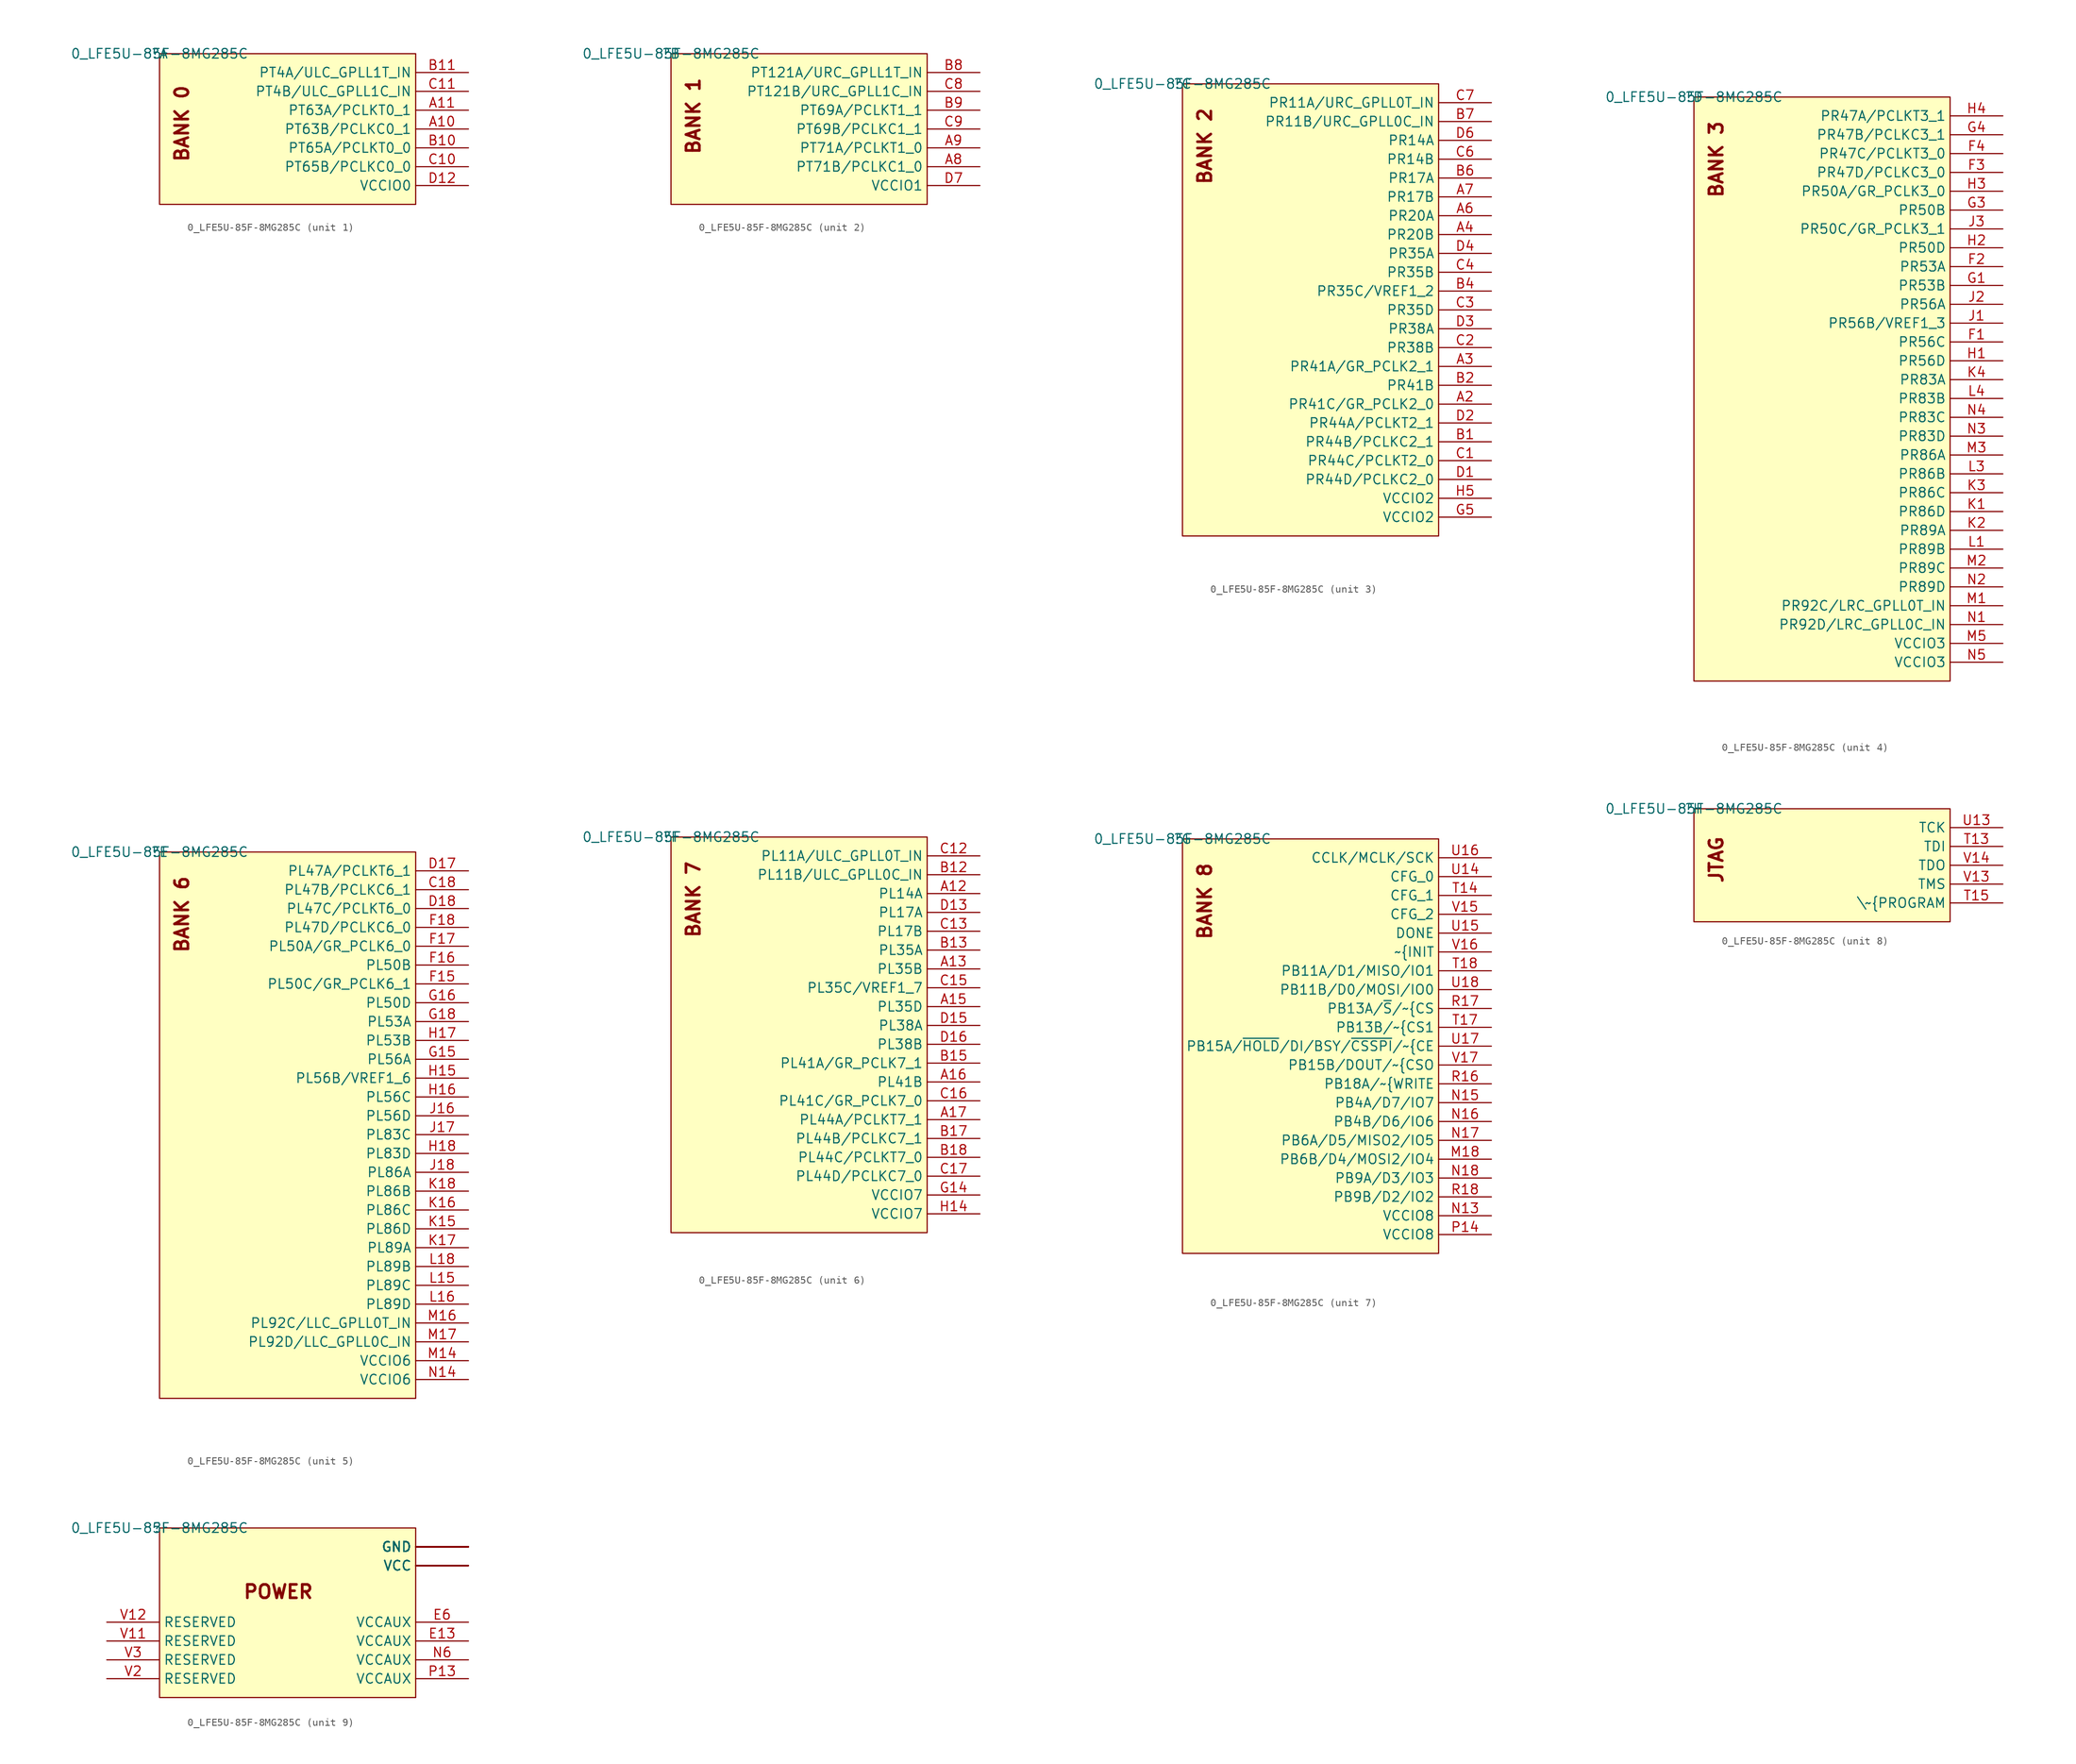
<source format=kicad_sym>
(kicad_symbol_lib
  (version 20210619)
  (generator kicad_symbol_editor)
  (symbol "e-verest-altium-import:0_LFE5U-85F-8MG285C"
    (property "Reference" ""
      (at 0 0 0)
      (effects (font (size 1.27 1.27))))
    (property "Value" "0_LFE5U-85F-8MG285C"
      (at 0 0 0)
      (effects (font (size 1.27 1.27))))
    (symbol "0_LFE5U-85F-8MG285C_1_0"
      (text "BANK 0" (at 4 -14.5 900) (effects (font (size 1.778 1.778) bold) (justify left bottom)))
      (rectangle (start 34 -0.0001) (end 0 -20) (stroke (width 0)) (fill (type background)))
      (pin passive line (at 41 -10 180) (length 7) (name "PT63B/PCLKC0_1" (effects (font (size 1.27 1.27)))) (number "A10" (effects (font (size 1.27 1.27)))))
      (pin passive line (at 41 -7.5 180) (length 7) (name "PT63A/PCLKT0_1" (effects (font (size 1.27 1.27)))) (number "A11" (effects (font (size 1.27 1.27)))))
      (pin passive line (at 41 -12.5 180) (length 7) (name "PT65A/PCLKT0_0" (effects (font (size 1.27 1.27)))) (number "B10" (effects (font (size 1.27 1.27)))))
      (pin passive line (at 41 -2.5 180) (length 7) (name "PT4A/ULC_GPLL1T_IN" (effects (font (size 1.27 1.27)))) (number "B11" (effects (font (size 1.27 1.27)))))
      (pin passive line (at 41 -15 180) (length 7) (name "PT65B/PCLKC0_0" (effects (font (size 1.27 1.27)))) (number "C10" (effects (font (size 1.27 1.27)))))
      (pin passive line (at 41 -5 180) (length 7) (name "PT4B/ULC_GPLL1C_IN" (effects (font (size 1.27 1.27)))) (number "C11" (effects (font (size 1.27 1.27)))))
      (pin power_in line (at 41 -17.5 180) (length 7) (name "VCCIO0" (effects (font (size 1.27 1.27)))) (number "D12" (effects (font (size 1.27 1.27))))))
    (symbol "0_LFE5U-85F-8MG285C_2_0"
      (text "BANK 1" (at 4 -13.5 900) (effects (font (size 1.778 1.778) bold) (justify left bottom)))
      (rectangle (start 34 -0.0001) (end 0 -20) (stroke (width 0)) (fill (type background)))
      (pin passive line (at 41 -15 180) (length 7) (name "PT71B/PCLKC1_0" (effects (font (size 1.27 1.27)))) (number "A8" (effects (font (size 1.27 1.27)))))
      (pin passive line (at 41 -12.5 180) (length 7) (name "PT71A/PCLKT1_0" (effects (font (size 1.27 1.27)))) (number "A9" (effects (font (size 1.27 1.27)))))
      (pin passive line (at 41 -2.5 180) (length 7) (name "PT121A/URC_GPLL1T_IN" (effects (font (size 1.27 1.27)))) (number "B8" (effects (font (size 1.27 1.27)))))
      (pin passive line (at 41 -7.5 180) (length 7) (name "PT69A/PCLKT1_1" (effects (font (size 1.27 1.27)))) (number "B9" (effects (font (size 1.27 1.27)))))
      (pin passive line (at 41 -5 180) (length 7) (name "PT121B/URC_GPLL1C_IN" (effects (font (size 1.27 1.27)))) (number "C8" (effects (font (size 1.27 1.27)))))
      (pin passive line (at 41 -10 180) (length 7) (name "PT69B/PCLKC1_1" (effects (font (size 1.27 1.27)))) (number "C9" (effects (font (size 1.27 1.27)))))
      (pin power_in line (at 41 -17.5 180) (length 7) (name "VCCIO1" (effects (font (size 1.27 1.27)))) (number "D7" (effects (font (size 1.27 1.27))))))
    (symbol "0_LFE5U-85F-8MG285C_3_0"
      (text "BANK 2" (at 4 -13.5 900) (effects (font (size 1.778 1.778) bold) (justify left bottom)))
      (rectangle (start 34 -0.0001) (end 0 -60) (stroke (width 0)) (fill (type background)))
      (pin passive line (at 41 -42.5 180) (length 7) (name "PR41C/GR_PCLK2_0" (effects (font (size 1.27 1.27)))) (number "A2" (effects (font (size 1.27 1.27)))))
      (pin passive line (at 41 -37.5 180) (length 7) (name "PR41A/GR_PCLK2_1" (effects (font (size 1.27 1.27)))) (number "A3" (effects (font (size 1.27 1.27)))))
      (pin passive line (at 41 -20 180) (length 7) (name "PR20B" (effects (font (size 1.27 1.27)))) (number "A4" (effects (font (size 1.27 1.27)))))
      (pin passive line (at 41 -17.5 180) (length 7) (name "PR20A" (effects (font (size 1.27 1.27)))) (number "A6" (effects (font (size 1.27 1.27)))))
      (pin passive line (at 41 -15 180) (length 7) (name "PR17B" (effects (font (size 1.27 1.27)))) (number "A7" (effects (font (size 1.27 1.27)))))
      (pin passive line (at 41 -47.5 180) (length 7) (name "PR44B/PCLKC2_1" (effects (font (size 1.27 1.27)))) (number "B1" (effects (font (size 1.27 1.27)))))
      (pin passive line (at 41 -40 180) (length 7) (name "PR41B" (effects (font (size 1.27 1.27)))) (number "B2" (effects (font (size 1.27 1.27)))))
      (pin passive line (at 41 -27.5 180) (length 7) (name "PR35C/VREF1_2" (effects (font (size 1.27 1.27)))) (number "B4" (effects (font (size 1.27 1.27)))))
      (pin passive line (at 41 -12.5 180) (length 7) (name "PR17A" (effects (font (size 1.27 1.27)))) (number "B6" (effects (font (size 1.27 1.27)))))
      (pin passive line (at 41 -5 180) (length 7) (name "PR11B/URC_GPLL0C_IN" (effects (font (size 1.27 1.27)))) (number "B7" (effects (font (size 1.27 1.27)))))
      (pin passive line (at 41 -50 180) (length 7) (name "PR44C/PCLKT2_0" (effects (font (size 1.27 1.27)))) (number "C1" (effects (font (size 1.27 1.27)))))
      (pin passive line (at 41 -35 180) (length 7) (name "PR38B" (effects (font (size 1.27 1.27)))) (number "C2" (effects (font (size 1.27 1.27)))))
      (pin passive line (at 41 -30 180) (length 7) (name "PR35D" (effects (font (size 1.27 1.27)))) (number "C3" (effects (font (size 1.27 1.27)))))
      (pin passive line (at 41 -25 180) (length 7) (name "PR35B" (effects (font (size 1.27 1.27)))) (number "C4" (effects (font (size 1.27 1.27)))))
      (pin passive line (at 41 -10 180) (length 7) (name "PR14B" (effects (font (size 1.27 1.27)))) (number "C6" (effects (font (size 1.27 1.27)))))
      (pin passive line (at 41 -2.5 180) (length 7) (name "PR11A/URC_GPLL0T_IN" (effects (font (size 1.27 1.27)))) (number "C7" (effects (font (size 1.27 1.27)))))
      (pin passive line (at 41 -52.5 180) (length 7) (name "PR44D/PCLKC2_0" (effects (font (size 1.27 1.27)))) (number "D1" (effects (font (size 1.27 1.27)))))
      (pin passive line (at 41 -45 180) (length 7) (name "PR44A/PCLKT2_1" (effects (font (size 1.27 1.27)))) (number "D2" (effects (font (size 1.27 1.27)))))
      (pin passive line (at 41 -32.5 180) (length 7) (name "PR38A" (effects (font (size 1.27 1.27)))) (number "D3" (effects (font (size 1.27 1.27)))))
      (pin passive line (at 41 -22.5 180) (length 7) (name "PR35A" (effects (font (size 1.27 1.27)))) (number "D4" (effects (font (size 1.27 1.27)))))
      (pin passive line (at 41 -7.5 180) (length 7) (name "PR14A" (effects (font (size 1.27 1.27)))) (number "D6" (effects (font (size 1.27 1.27)))))
      (pin power_in line (at 41 -57.5 180) (length 7) (name "VCCIO2" (effects (font (size 1.27 1.27)))) (number "G5" (effects (font (size 1.27 1.27)))))
      (pin power_in line (at 41 -55 180) (length 7) (name "VCCIO2" (effects (font (size 1.27 1.27)))) (number "H5" (effects (font (size 1.27 1.27))))))
    (symbol "0_LFE5U-85F-8MG285C_4_0"
      (text "BANK 3" (at 4 -13.5 900) (effects (font (size 1.778 1.778) bold) (justify left bottom)))
      (rectangle (start 34 -0.0001) (end 0 -77.5) (stroke (width 0)) (fill (type background)))
      (pin passive line (at 41 -32.5 180) (length 7) (name "PR56C" (effects (font (size 1.27 1.27)))) (number "F1" (effects (font (size 1.27 1.27)))))
      (pin passive line (at 41 -22.5 180) (length 7) (name "PR53A" (effects (font (size 1.27 1.27)))) (number "F2" (effects (font (size 1.27 1.27)))))
      (pin passive line (at 41 -10 180) (length 7) (name "PR47D/PCLKC3_0" (effects (font (size 1.27 1.27)))) (number "F3" (effects (font (size 1.27 1.27)))))
      (pin passive line (at 41 -7.5 180) (length 7) (name "PR47C/PCLKT3_0" (effects (font (size 1.27 1.27)))) (number "F4" (effects (font (size 1.27 1.27)))))
      (pin passive line (at 41 -25 180) (length 7) (name "PR53B" (effects (font (size 1.27 1.27)))) (number "G1" (effects (font (size 1.27 1.27)))))
      (pin passive line (at 41 -15 180) (length 7) (name "PR50B" (effects (font (size 1.27 1.27)))) (number "G3" (effects (font (size 1.27 1.27)))))
      (pin passive line (at 41 -5 180) (length 7) (name "PR47B/PCLKC3_1" (effects (font (size 1.27 1.27)))) (number "G4" (effects (font (size 1.27 1.27)))))
      (pin passive line (at 41 -35 180) (length 7) (name "PR56D" (effects (font (size 1.27 1.27)))) (number "H1" (effects (font (size 1.27 1.27)))))
      (pin passive line (at 41 -20 180) (length 7) (name "PR50D" (effects (font (size 1.27 1.27)))) (number "H2" (effects (font (size 1.27 1.27)))))
      (pin passive line (at 41 -12.5 180) (length 7) (name "PR50A/GR_PCLK3_0" (effects (font (size 1.27 1.27)))) (number "H3" (effects (font (size 1.27 1.27)))))
      (pin passive line (at 41 -2.5 180) (length 7) (name "PR47A/PCLKT3_1" (effects (font (size 1.27 1.27)))) (number "H4" (effects (font (size 1.27 1.27)))))
      (pin passive line (at 41 -30 180) (length 7) (name "PR56B/VREF1_3" (effects (font (size 1.27 1.27)))) (number "J1" (effects (font (size 1.27 1.27)))))
      (pin passive line (at 41 -27.5 180) (length 7) (name "PR56A" (effects (font (size 1.27 1.27)))) (number "J2" (effects (font (size 1.27 1.27)))))
      (pin passive line (at 41 -17.5 180) (length 7) (name "PR50C/GR_PCLK3_1" (effects (font (size 1.27 1.27)))) (number "J3" (effects (font (size 1.27 1.27)))))
      (pin passive line (at 41 -55 180) (length 7) (name "PR86D" (effects (font (size 1.27 1.27)))) (number "K1" (effects (font (size 1.27 1.27)))))
      (pin passive line (at 41 -57.5 180) (length 7) (name "PR89A" (effects (font (size 1.27 1.27)))) (number "K2" (effects (font (size 1.27 1.27)))))
      (pin passive line (at 41 -52.5 180) (length 7) (name "PR86C" (effects (font (size 1.27 1.27)))) (number "K3" (effects (font (size 1.27 1.27)))))
      (pin passive line (at 41 -37.5 180) (length 7) (name "PR83A" (effects (font (size 1.27 1.27)))) (number "K4" (effects (font (size 1.27 1.27)))))
      (pin passive line (at 41 -60 180) (length 7) (name "PR89B" (effects (font (size 1.27 1.27)))) (number "L1" (effects (font (size 1.27 1.27)))))
      (pin passive line (at 41 -50 180) (length 7) (name "PR86B" (effects (font (size 1.27 1.27)))) (number "L3" (effects (font (size 1.27 1.27)))))
      (pin passive line (at 41 -40 180) (length 7) (name "PR83B" (effects (font (size 1.27 1.27)))) (number "L4" (effects (font (size 1.27 1.27)))))
      (pin passive line (at 41 -67.5 180) (length 7) (name "PR92C/LRC_GPLL0T_IN" (effects (font (size 1.27 1.27)))) (number "M1" (effects (font (size 1.27 1.27)))))
      (pin passive line (at 41 -62.5 180) (length 7) (name "PR89C" (effects (font (size 1.27 1.27)))) (number "M2" (effects (font (size 1.27 1.27)))))
      (pin passive line (at 41 -47.5 180) (length 7) (name "PR86A" (effects (font (size 1.27 1.27)))) (number "M3" (effects (font (size 1.27 1.27)))))
      (pin power_in line (at 41 -72.5 180) (length 7) (name "VCCIO3" (effects (font (size 1.27 1.27)))) (number "M5" (effects (font (size 1.27 1.27)))))
      (pin passive line (at 41 -70 180) (length 7) (name "PR92D/LRC_GPLL0C_IN" (effects (font (size 1.27 1.27)))) (number "N1" (effects (font (size 1.27 1.27)))))
      (pin passive line (at 41 -65 180) (length 7) (name "PR89D" (effects (font (size 1.27 1.27)))) (number "N2" (effects (font (size 1.27 1.27)))))
      (pin passive line (at 41 -45 180) (length 7) (name "PR83D" (effects (font (size 1.27 1.27)))) (number "N3" (effects (font (size 1.27 1.27)))))
      (pin passive line (at 41 -42.5 180) (length 7) (name "PR83C" (effects (font (size 1.27 1.27)))) (number "N4" (effects (font (size 1.27 1.27)))))
      (pin power_in line (at 41 -75 180) (length 7) (name "VCCIO3" (effects (font (size 1.27 1.27)))) (number "N5" (effects (font (size 1.27 1.27))))))
    (symbol "0_LFE5U-85F-8MG285C_5_0"
      (text "BANK 6" (at 4 -13.5 900) (effects (font (size 1.778 1.778) bold) (justify left bottom)))
      (rectangle (start 34 -0.0001) (end 0 -72.5) (stroke (width 0)) (fill (type background)))
      (pin passive line (at 41 -5 180) (length 7) (name "PL47B/PCLKC6_1" (effects (font (size 1.27 1.27)))) (number "C18" (effects (font (size 1.27 1.27)))))
      (pin passive line (at 41 -2.5 180) (length 7) (name "PL47A/PCLKT6_1" (effects (font (size 1.27 1.27)))) (number "D17" (effects (font (size 1.27 1.27)))))
      (pin passive line (at 41 -7.5 180) (length 7) (name "PL47C/PCLKT6_0" (effects (font (size 1.27 1.27)))) (number "D18" (effects (font (size 1.27 1.27)))))
      (pin passive line (at 41 -17.5 180) (length 7) (name "PL50C/GR_PCLK6_1" (effects (font (size 1.27 1.27)))) (number "F15" (effects (font (size 1.27 1.27)))))
      (pin passive line (at 41 -15 180) (length 7) (name "PL50B" (effects (font (size 1.27 1.27)))) (number "F16" (effects (font (size 1.27 1.27)))))
      (pin passive line (at 41 -12.5 180) (length 7) (name "PL50A/GR_PCLK6_0" (effects (font (size 1.27 1.27)))) (number "F17" (effects (font (size 1.27 1.27)))))
      (pin passive line (at 41 -10 180) (length 7) (name "PL47D/PCLKC6_0" (effects (font (size 1.27 1.27)))) (number "F18" (effects (font (size 1.27 1.27)))))
      (pin passive line (at 41 -27.5 180) (length 7) (name "PL56A" (effects (font (size 1.27 1.27)))) (number "G15" (effects (font (size 1.27 1.27)))))
      (pin passive line (at 41 -20 180) (length 7) (name "PL50D" (effects (font (size 1.27 1.27)))) (number "G16" (effects (font (size 1.27 1.27)))))
      (pin passive line (at 41 -22.5 180) (length 7) (name "PL53A" (effects (font (size 1.27 1.27)))) (number "G18" (effects (font (size 1.27 1.27)))))
      (pin passive line (at 41 -30 180) (length 7) (name "PL56B/VREF1_6" (effects (font (size 1.27 1.27)))) (number "H15" (effects (font (size 1.27 1.27)))))
      (pin passive line (at 41 -32.5 180) (length 7) (name "PL56C" (effects (font (size 1.27 1.27)))) (number "H16" (effects (font (size 1.27 1.27)))))
      (pin passive line (at 41 -25 180) (length 7) (name "PL53B" (effects (font (size 1.27 1.27)))) (number "H17" (effects (font (size 1.27 1.27)))))
      (pin passive line (at 41 -40 180) (length 7) (name "PL83D" (effects (font (size 1.27 1.27)))) (number "H18" (effects (font (size 1.27 1.27)))))
      (pin passive line (at 41 -35 180) (length 7) (name "PL56D" (effects (font (size 1.27 1.27)))) (number "J16" (effects (font (size 1.27 1.27)))))
      (pin passive line (at 41 -37.5 180) (length 7) (name "PL83C" (effects (font (size 1.27 1.27)))) (number "J17" (effects (font (size 1.27 1.27)))))
      (pin passive line (at 41 -42.5 180) (length 7) (name "PL86A" (effects (font (size 1.27 1.27)))) (number "J18" (effects (font (size 1.27 1.27)))))
      (pin passive line (at 41 -50 180) (length 7) (name "PL86D" (effects (font (size 1.27 1.27)))) (number "K15" (effects (font (size 1.27 1.27)))))
      (pin passive line (at 41 -47.5 180) (length 7) (name "PL86C" (effects (font (size 1.27 1.27)))) (number "K16" (effects (font (size 1.27 1.27)))))
      (pin passive line (at 41 -52.5 180) (length 7) (name "PL89A" (effects (font (size 1.27 1.27)))) (number "K17" (effects (font (size 1.27 1.27)))))
      (pin passive line (at 41 -45 180) (length 7) (name "PL86B" (effects (font (size 1.27 1.27)))) (number "K18" (effects (font (size 1.27 1.27)))))
      (pin passive line (at 41 -57.5 180) (length 7) (name "PL89C" (effects (font (size 1.27 1.27)))) (number "L15" (effects (font (size 1.27 1.27)))))
      (pin passive line (at 41 -60 180) (length 7) (name "PL89D" (effects (font (size 1.27 1.27)))) (number "L16" (effects (font (size 1.27 1.27)))))
      (pin passive line (at 41 -55 180) (length 7) (name "PL89B" (effects (font (size 1.27 1.27)))) (number "L18" (effects (font (size 1.27 1.27)))))
      (pin power_in line (at 41 -67.5 180) (length 7) (name "VCCIO6" (effects (font (size 1.27 1.27)))) (number "M14" (effects (font (size 1.27 1.27)))))
      (pin passive line (at 41 -62.5 180) (length 7) (name "PL92C/LLC_GPLL0T_IN" (effects (font (size 1.27 1.27)))) (number "M16" (effects (font (size 1.27 1.27)))))
      (pin passive line (at 41 -65 180) (length 7) (name "PL92D/LLC_GPLL0C_IN" (effects (font (size 1.27 1.27)))) (number "M17" (effects (font (size 1.27 1.27)))))
      (pin power_in line (at 41 -70 180) (length 7) (name "VCCIO6" (effects (font (size 1.27 1.27)))) (number "N14" (effects (font (size 1.27 1.27))))))
    (symbol "0_LFE5U-85F-8MG285C_6_0"
      (text "BANK 7" (at 4 -13.5 900) (effects (font (size 1.778 1.778) bold) (justify left bottom)))
      (rectangle (start 34 -0.0001) (end 0 -52.5) (stroke (width 0)) (fill (type background)))
      (pin passive line (at 41 -7.5 180) (length 7) (name "PL14A" (effects (font (size 1.27 1.27)))) (number "A12" (effects (font (size 1.27 1.27)))))
      (pin passive line (at 41 -17.5 180) (length 7) (name "PL35B" (effects (font (size 1.27 1.27)))) (number "A13" (effects (font (size 1.27 1.27)))))
      (pin passive line (at 41 -22.5 180) (length 7) (name "PL35D" (effects (font (size 1.27 1.27)))) (number "A15" (effects (font (size 1.27 1.27)))))
      (pin passive line (at 41 -32.5 180) (length 7) (name "PL41B" (effects (font (size 1.27 1.27)))) (number "A16" (effects (font (size 1.27 1.27)))))
      (pin passive line (at 41 -37.5 180) (length 7) (name "PL44A/PCLKT7_1" (effects (font (size 1.27 1.27)))) (number "A17" (effects (font (size 1.27 1.27)))))
      (pin passive line (at 41 -5 180) (length 7) (name "PL11B/ULC_GPLL0C_IN" (effects (font (size 1.27 1.27)))) (number "B12" (effects (font (size 1.27 1.27)))))
      (pin passive line (at 41 -15 180) (length 7) (name "PL35A" (effects (font (size 1.27 1.27)))) (number "B13" (effects (font (size 1.27 1.27)))))
      (pin passive line (at 41 -30 180) (length 7) (name "PL41A/GR_PCLK7_1" (effects (font (size 1.27 1.27)))) (number "B15" (effects (font (size 1.27 1.27)))))
      (pin passive line (at 41 -40 180) (length 7) (name "PL44B/PCLKC7_1" (effects (font (size 1.27 1.27)))) (number "B17" (effects (font (size 1.27 1.27)))))
      (pin passive line (at 41 -42.5 180) (length 7) (name "PL44C/PCLKT7_0" (effects (font (size 1.27 1.27)))) (number "B18" (effects (font (size 1.27 1.27)))))
      (pin passive line (at 41 -2.5 180) (length 7) (name "PL11A/ULC_GPLL0T_IN" (effects (font (size 1.27 1.27)))) (number "C12" (effects (font (size 1.27 1.27)))))
      (pin passive line (at 41 -12.5 180) (length 7) (name "PL17B" (effects (font (size 1.27 1.27)))) (number "C13" (effects (font (size 1.27 1.27)))))
      (pin passive line (at 41 -20 180) (length 7) (name "PL35C/VREF1_7" (effects (font (size 1.27 1.27)))) (number "C15" (effects (font (size 1.27 1.27)))))
      (pin passive line (at 41 -35 180) (length 7) (name "PL41C/GR_PCLK7_0" (effects (font (size 1.27 1.27)))) (number "C16" (effects (font (size 1.27 1.27)))))
      (pin passive line (at 41 -45 180) (length 7) (name "PL44D/PCLKC7_0" (effects (font (size 1.27 1.27)))) (number "C17" (effects (font (size 1.27 1.27)))))
      (pin passive line (at 41 -10 180) (length 7) (name "PL17A" (effects (font (size 1.27 1.27)))) (number "D13" (effects (font (size 1.27 1.27)))))
      (pin passive line (at 41 -25 180) (length 7) (name "PL38A" (effects (font (size 1.27 1.27)))) (number "D15" (effects (font (size 1.27 1.27)))))
      (pin passive line (at 41 -27.5 180) (length 7) (name "PL38B" (effects (font (size 1.27 1.27)))) (number "D16" (effects (font (size 1.27 1.27)))))
      (pin power_in line (at 41 -47.5 180) (length 7) (name "VCCIO7" (effects (font (size 1.27 1.27)))) (number "G14" (effects (font (size 1.27 1.27)))))
      (pin power_in line (at 41 -50 180) (length 7) (name "VCCIO7" (effects (font (size 1.27 1.27)))) (number "H14" (effects (font (size 1.27 1.27))))))
    (symbol "0_LFE5U-85F-8MG285C_7_0"
      (text "BANK 8" (at 4 -13.5 900) (effects (font (size 1.778 1.778) bold) (justify left bottom)))
      (rectangle (start 34 -0.0001) (end 0 -55) (stroke (width 0)) (fill (type background)))
      (pin power_in line (at 41 -52.5 180) (length 7) (name "VCCIO8" (effects (font (size 1.27 1.27)))) (number "P14" (effects (font (size 1.27 1.27)))))
      (pin passive line (at 41 -42.5 180) (length 7) (name "PB6B/D4/MOSI2/IO4" (effects (font (size 1.27 1.27)))) (number "M18" (effects (font (size 1.27 1.27)))))
      (pin power_in line (at 41 -50 180) (length 7) (name "VCCIO8" (effects (font (size 1.27 1.27)))) (number "N13" (effects (font (size 1.27 1.27)))))
      (pin passive line (at 41 -35 180) (length 7) (name "PB4A/D7/IO7" (effects (font (size 1.27 1.27)))) (number "N15" (effects (font (size 1.27 1.27)))))
      (pin passive line (at 41 -37.5 180) (length 7) (name "PB4B/D6/IO6" (effects (font (size 1.27 1.27)))) (number "N16" (effects (font (size 1.27 1.27)))))
      (pin passive line (at 41 -40 180) (length 7) (name "PB6A/D5/MISO2/IO5" (effects (font (size 1.27 1.27)))) (number "N17" (effects (font (size 1.27 1.27)))))
      (pin passive line (at 41 -45 180) (length 7) (name "PB9A/D3/IO3" (effects (font (size 1.27 1.27)))) (number "N18" (effects (font (size 1.27 1.27)))))
      (pin passive line (at 41 -32.5 180) (length 7) (name "PB18A/~{WRITE" (effects (font (size 1.27 1.27)))) (number "R16" (effects (font (size 1.27 1.27)))))
      (pin passive line (at 41 -22.5 180) (length 7) (name "PB13A/~{S}/~{CS" (effects (font (size 1.27 1.27)))) (number "R17" (effects (font (size 1.27 1.27)))))
      (pin passive line (at 41 -47.5 180) (length 7) (name "PB9B/D2/IO2" (effects (font (size 1.27 1.27)))) (number "R18" (effects (font (size 1.27 1.27)))))
      (pin passive line (at 41 -7.5 180) (length 7) (name "CFG_1" (effects (font (size 1.27 1.27)))) (number "T14" (effects (font (size 1.27 1.27)))))
      (pin passive line (at 41 -25 180) (length 7) (name "PB13B/~{CS1" (effects (font (size 1.27 1.27)))) (number "T17" (effects (font (size 1.27 1.27)))))
      (pin passive line (at 41 -17.5 180) (length 7) (name "PB11A/D1/MISO/IO1" (effects (font (size 1.27 1.27)))) (number "T18" (effects (font (size 1.27 1.27)))))
      (pin passive line (at 41 -5 180) (length 7) (name "CFG_0" (effects (font (size 1.27 1.27)))) (number "U14" (effects (font (size 1.27 1.27)))))
      (pin passive line (at 41 -12.5 180) (length 7) (name "DONE" (effects (font (size 1.27 1.27)))) (number "U15" (effects (font (size 1.27 1.27)))))
      (pin passive line (at 41 -2.5 180) (length 7) (name "CCLK/MCLK/SCK" (effects (font (size 1.27 1.27)))) (number "U16" (effects (font (size 1.27 1.27)))))
      (pin passive line (at 41 -27.5 180) (length 7) (name "PB15A/~{HOLD}/DI/BSY/~{CSSPI}/~{CE" (effects (font (size 1.27 1.27)))) (number "U17" (effects (font (size 1.27 1.27)))))
      (pin passive line (at 41 -20 180) (length 7) (name "PB11B/D0/MOSI/IO0" (effects (font (size 1.27 1.27)))) (number "U18" (effects (font (size 1.27 1.27)))))
      (pin passive line (at 41 -10 180) (length 7) (name "CFG_2" (effects (font (size 1.27 1.27)))) (number "V15" (effects (font (size 1.27 1.27)))))
      (pin passive line (at 41 -15 180) (length 7) (name "~{INIT" (effects (font (size 1.27 1.27)))) (number "V16" (effects (font (size 1.27 1.27)))))
      (pin passive line (at 41 -30 180) (length 7) (name "PB15B/DOUT/~{CSO" (effects (font (size 1.27 1.27)))) (number "V17" (effects (font (size 1.27 1.27))))))
    (symbol "0_LFE5U-85F-8MG285C_8_0"
      (text "JTAG" (at 4 -10 900) (effects (font (size 1.778 1.778) bold) (justify left bottom)))
      (rectangle (start 34 -0.0001) (end 0 -15) (stroke (width 0)) (fill (type background)))
      (pin passive line (at 41 -5 180) (length 7) (name "TDI" (effects (font (size 1.27 1.27)))) (number "T13" (effects (font (size 1.27 1.27)))))
      (pin passive line (at 41 -12.5 180) (length 7) (name "\\~{PROGRAM" (effects (font (size 1.27 1.27)))) (number "T15" (effects (font (size 1.27 1.27)))))
      (pin passive line (at 41 -2.5 180) (length 7) (name "TCK" (effects (font (size 1.27 1.27)))) (number "U13" (effects (font (size 1.27 1.27)))))
      (pin passive line (at 41 -10 180) (length 7) (name "TMS" (effects (font (size 1.27 1.27)))) (number "V13" (effects (font (size 1.27 1.27)))))
      (pin passive line (at 41 -7.5 180) (length 7) (name "TDO" (effects (font (size 1.27 1.27)))) (number "V14" (effects (font (size 1.27 1.27))))))
    (symbol "0_LFE5U-85F-8MG285C_9_0"
      (text "POWER" (at 11 -9.5 0) (effects (font (size 1.778 1.778) bold) (justify left bottom)))
      (rectangle (start 34 -0.0001) (end 0 -22.5) (stroke (width 0)) (fill (type background)))
      (pin power_in line (at 41 -2.5 180) (length 7) (name "GND" (effects (font (size 1.27 1.27)))) (number "B16" (effects (font (size 0 0)))))
      (pin power_in line (at 41 -2.5 180) (length 7) (name "GND" (effects (font (size 1.27 1.27)))) (number "B3" (effects (font (size 0 0)))))
      (pin power_in line (at 41 -5 180) (length 7) (name "VCC" (effects (font (size 1.27 1.27)))) (number "D10" (effects (font (size 0 0)))))
      (pin power_in line (at 41 -5 180) (length 7) (name "VCC" (effects (font (size 1.27 1.27)))) (number "D11" (effects (font (size 0 0)))))
      (pin power_in line (at 41 -5 180) (length 7) (name "VCC" (effects (font (size 1.27 1.27)))) (number "D8" (effects (font (size 0 0)))))
      (pin power_in line (at 41 -5 180) (length 7) (name "VCC" (effects (font (size 1.27 1.27)))) (number "D9" (effects (font (size 0 0)))))
      (pin power_in line (at 41 -2.5 180) (length 7) (name "GND" (effects (font (size 1.27 1.27)))) (number "E10" (effects (font (size 0 0)))))
      (pin power_in line (at 41 -2.5 180) (length 7) (name "GND" (effects (font (size 1.27 1.27)))) (number "E11" (effects (font (size 0 0)))))
      (pin power_in line (at 41 -2.5 180) (length 7) (name "GND" (effects (font (size 1.27 1.27)))) (number "E12" (effects (font (size 0 0)))))
      (pin power_in line (at 41 -15 180) (length 7) (name "VCCAUX" (effects (font (size 1.27 1.27)))) (number "E13" (effects (font (size 1.27 1.27)))))
      (pin power_in line (at 41 -2.5 180) (length 7) (name "GND" (effects (font (size 1.27 1.27)))) (number "E14" (effects (font (size 0 0)))))
      (pin power_in line (at 41 -2.5 180) (length 7) (name "GND" (effects (font (size 1.27 1.27)))) (number "E5" (effects (font (size 0 0)))))
      (pin power_in line (at 41 -12.5 180) (length 7) (name "VCCAUX" (effects (font (size 1.27 1.27)))) (number "E6" (effects (font (size 1.27 1.27)))))
      (pin power_in line (at 41 -2.5 180) (length 7) (name "GND" (effects (font (size 1.27 1.27)))) (number "E7" (effects (font (size 0 0)))))
      (pin power_in line (at 41 -2.5 180) (length 7) (name "GND" (effects (font (size 1.27 1.27)))) (number "E8" (effects (font (size 0 0)))))
      (pin power_in line (at 41 -2.5 180) (length 7) (name "GND" (effects (font (size 1.27 1.27)))) (number "E9" (effects (font (size 0 0)))))
      (pin power_in line (at 41 -2.5 180) (length 7) (name "GND" (effects (font (size 1.27 1.27)))) (number "F10" (effects (font (size 0 0)))))
      (pin power_in line (at 41 -2.5 180) (length 7) (name "GND" (effects (font (size 1.27 1.27)))) (number "F11" (effects (font (size 0 0)))))
      (pin power_in line (at 41 -2.5 180) (length 7) (name "GND" (effects (font (size 1.27 1.27)))) (number "F12" (effects (font (size 0 0)))))
      (pin power_in line (at 41 -2.5 180) (length 7) (name "GND" (effects (font (size 1.27 1.27)))) (number "F13" (effects (font (size 0 0)))))
      (pin power_in line (at 41 -2.5 180) (length 7) (name "GND" (effects (font (size 1.27 1.27)))) (number "F14" (effects (font (size 0 0)))))
      (pin power_in line (at 41 -2.5 180) (length 7) (name "GND" (effects (font (size 1.27 1.27)))) (number "F5" (effects (font (size 0 0)))))
      (pin power_in line (at 41 -2.5 180) (length 7) (name "GND" (effects (font (size 1.27 1.27)))) (number "F6" (effects (font (size 0 0)))))
      (pin power_in line (at 41 -2.5 180) (length 7) (name "GND" (effects (font (size 1.27 1.27)))) (number "F7" (effects (font (size 0 0)))))
      (pin power_in line (at 41 -2.5 180) (length 7) (name "GND" (effects (font (size 1.27 1.27)))) (number "F8" (effects (font (size 0 0)))))
      (pin power_in line (at 41 -2.5 180) (length 7) (name "GND" (effects (font (size 1.27 1.27)))) (number "F9" (effects (font (size 0 0)))))
      (pin power_in line (at 41 -2.5 180) (length 7) (name "GND" (effects (font (size 1.27 1.27)))) (number "G10" (effects (font (size 0 0)))))
      (pin power_in line (at 41 -2.5 180) (length 7) (name "GND" (effects (font (size 1.27 1.27)))) (number "G11" (effects (font (size 0 0)))))
      (pin power_in line (at 41 -2.5 180) (length 7) (name "GND" (effects (font (size 1.27 1.27)))) (number "G12" (effects (font (size 0 0)))))
      (pin power_in line (at 41 -2.5 180) (length 7) (name "GND" (effects (font (size 1.27 1.27)))) (number "G13" (effects (font (size 0 0)))))
      (pin power_in line (at 41 -2.5 180) (length 7) (name "GND" (effects (font (size 1.27 1.27)))) (number "G17" (effects (font (size 0 0)))))
      (pin power_in line (at 41 -2.5 180) (length 7) (name "GND" (effects (font (size 1.27 1.27)))) (number "G2" (effects (font (size 0 0)))))
      (pin power_in line (at 41 -2.5 180) (length 7) (name "GND" (effects (font (size 1.27 1.27)))) (number "G6" (effects (font (size 0 0)))))
      (pin power_in line (at 41 -2.5 180) (length 7) (name "GND" (effects (font (size 1.27 1.27)))) (number "G7" (effects (font (size 0 0)))))
      (pin power_in line (at 41 -2.5 180) (length 7) (name "GND" (effects (font (size 1.27 1.27)))) (number "G8" (effects (font (size 0 0)))))
      (pin power_in line (at 41 -2.5 180) (length 7) (name "GND" (effects (font (size 1.27 1.27)))) (number "G9" (effects (font (size 0 0)))))
      (pin power_in line (at 41 -2.5 180) (length 7) (name "GND" (effects (font (size 1.27 1.27)))) (number "H10" (effects (font (size 0 0)))))
      (pin power_in line (at 41 -2.5 180) (length 7) (name "GND" (effects (font (size 1.27 1.27)))) (number "H11" (effects (font (size 0 0)))))
      (pin power_in line (at 41 -2.5 180) (length 7) (name "GND" (effects (font (size 1.27 1.27)))) (number "H12" (effects (font (size 0 0)))))
      (pin power_in line (at 41 -2.5 180) (length 7) (name "GND" (effects (font (size 1.27 1.27)))) (number "H13" (effects (font (size 0 0)))))
      (pin power_in line (at 41 -2.5 180) (length 7) (name "GND" (effects (font (size 1.27 1.27)))) (number "H6" (effects (font (size 0 0)))))
      (pin power_in line (at 41 -2.5 180) (length 7) (name "GND" (effects (font (size 1.27 1.27)))) (number "H7" (effects (font (size 0 0)))))
      (pin power_in line (at 41 -2.5 180) (length 7) (name "GND" (effects (font (size 1.27 1.27)))) (number "H8" (effects (font (size 0 0)))))
      (pin power_in line (at 41 -2.5 180) (length 7) (name "GND" (effects (font (size 1.27 1.27)))) (number "H9" (effects (font (size 0 0)))))
      (pin power_in line (at 41 -2.5 180) (length 7) (name "GND" (effects (font (size 1.27 1.27)))) (number "J10" (effects (font (size 0 0)))))
      (pin power_in line (at 41 -2.5 180) (length 7) (name "GND" (effects (font (size 1.27 1.27)))) (number "J11" (effects (font (size 0 0)))))
      (pin power_in line (at 41 -2.5 180) (length 7) (name "GND" (effects (font (size 1.27 1.27)))) (number "J12" (effects (font (size 0 0)))))
      (pin power_in line (at 41 -2.5 180) (length 7) (name "GND" (effects (font (size 1.27 1.27)))) (number "J13" (effects (font (size 0 0)))))
      (pin power_in line (at 41 -5 180) (length 7) (name "VCC" (effects (font (size 1.27 1.27)))) (number "J14" (effects (font (size 0 0)))))
      (pin power_in line (at 41 -5 180) (length 7) (name "VCC" (effects (font (size 1.27 1.27)))) (number "J15" (effects (font (size 0 0)))))
      (pin power_in line (at 41 -5 180) (length 7) (name "VCC" (effects (font (size 1.27 1.27)))) (number "J4" (effects (font (size 0 0)))))
      (pin power_in line (at 41 -5 180) (length 7) (name "VCC" (effects (font (size 1.27 1.27)))) (number "J5" (effects (font (size 0 0)))))
      (pin power_in line (at 41 -2.5 180) (length 7) (name "GND" (effects (font (size 1.27 1.27)))) (number "J6" (effects (font (size 0 0)))))
      (pin power_in line (at 41 -2.5 180) (length 7) (name "GND" (effects (font (size 1.27 1.27)))) (number "J7" (effects (font (size 0 0)))))
      (pin power_in line (at 41 -2.5 180) (length 7) (name "GND" (effects (font (size 1.27 1.27)))) (number "J8" (effects (font (size 0 0)))))
      (pin power_in line (at 41 -2.5 180) (length 7) (name "GND" (effects (font (size 1.27 1.27)))) (number "J9" (effects (font (size 0 0)))))
      (pin power_in line (at 41 -2.5 180) (length 7) (name "GND" (effects (font (size 1.27 1.27)))) (number "K10" (effects (font (size 0 0)))))
      (pin power_in line (at 41 -2.5 180) (length 7) (name "GND" (effects (font (size 1.27 1.27)))) (number "K11" (effects (font (size 0 0)))))
      (pin power_in line (at 41 -2.5 180) (length 7) (name "GND" (effects (font (size 1.27 1.27)))) (number "K12" (effects (font (size 0 0)))))
      (pin power_in line (at 41 -2.5 180) (length 7) (name "GND" (effects (font (size 1.27 1.27)))) (number "K13" (effects (font (size 0 0)))))
      (pin power_in line (at 41 -2.5 180) (length 7) (name "GND" (effects (font (size 1.27 1.27)))) (number "K14" (effects (font (size 0 0)))))
      (pin power_in line (at 41 -2.5 180) (length 7) (name "GND" (effects (font (size 1.27 1.27)))) (number "K5" (effects (font (size 0 0)))))
      (pin power_in line (at 41 -2.5 180) (length 7) (name "GND" (effects (font (size 1.27 1.27)))) (number "K6" (effects (font (size 0 0)))))
      (pin power_in line (at 41 -2.5 180) (length 7) (name "GND" (effects (font (size 1.27 1.27)))) (number "K7" (effects (font (size 0 0)))))
      (pin power_in line (at 41 -2.5 180) (length 7) (name "GND" (effects (font (size 1.27 1.27)))) (number "K8" (effects (font (size 0 0)))))
      (pin power_in line (at 41 -2.5 180) (length 7) (name "GND" (effects (font (size 1.27 1.27)))) (number "K9" (effects (font (size 0 0)))))
      (pin power_in line (at 41 -2.5 180) (length 7) (name "GND" (effects (font (size 1.27 1.27)))) (number "L10" (effects (font (size 0 0)))))
      (pin power_in line (at 41 -2.5 180) (length 7) (name "GND" (effects (font (size 1.27 1.27)))) (number "L11" (effects (font (size 0 0)))))
      (pin power_in line (at 41 -2.5 180) (length 7) (name "GND" (effects (font (size 1.27 1.27)))) (number "L12" (effects (font (size 0 0)))))
      (pin power_in line (at 41 -2.5 180) (length 7) (name "GND" (effects (font (size 1.27 1.27)))) (number "L13" (effects (font (size 0 0)))))
      (pin power_in line (at 41 -2.5 180) (length 7) (name "GND" (effects (font (size 1.27 1.27)))) (number "L14" (effects (font (size 0 0)))))
      (pin power_in line (at 41 -2.5 180) (length 7) (name "GND" (effects (font (size 1.27 1.27)))) (number "L17" (effects (font (size 0 0)))))
      (pin power_in line (at 41 -2.5 180) (length 7) (name "GND" (effects (font (size 1.27 1.27)))) (number "L2" (effects (font (size 0 0)))))
      (pin power_in line (at 41 -2.5 180) (length 7) (name "GND" (effects (font (size 1.27 1.27)))) (number "L5" (effects (font (size 0 0)))))
      (pin power_in line (at 41 -2.5 180) (length 7) (name "GND" (effects (font (size 1.27 1.27)))) (number "L6" (effects (font (size 0 0)))))
      (pin power_in line (at 41 -2.5 180) (length 7) (name "GND" (effects (font (size 1.27 1.27)))) (number "L7" (effects (font (size 0 0)))))
      (pin power_in line (at 41 -2.5 180) (length 7) (name "GND" (effects (font (size 1.27 1.27)))) (number "L8" (effects (font (size 0 0)))))
      (pin power_in line (at 41 -2.5 180) (length 7) (name "GND" (effects (font (size 1.27 1.27)))) (number "L9" (effects (font (size 0 0)))))
      (pin power_in line (at 41 -2.5 180) (length 7) (name "GND" (effects (font (size 1.27 1.27)))) (number "M10" (effects (font (size 0 0)))))
      (pin power_in line (at 41 -2.5 180) (length 7) (name "GND" (effects (font (size 1.27 1.27)))) (number "M11" (effects (font (size 0 0)))))
      (pin power_in line (at 41 -2.5 180) (length 7) (name "GND" (effects (font (size 1.27 1.27)))) (number "M12" (effects (font (size 0 0)))))
      (pin power_in line (at 41 -2.5 180) (length 7) (name "GND" (effects (font (size 1.27 1.27)))) (number "M13" (effects (font (size 0 0)))))
      (pin power_in line (at 41 -5 180) (length 7) (name "VCC" (effects (font (size 1.27 1.27)))) (number "M15" (effects (font (size 0 0)))))
      (pin power_in line (at 41 -5 180) (length 7) (name "VCC" (effects (font (size 1.27 1.27)))) (number "M4" (effects (font (size 0 0)))))
      (pin power_in line (at 41 -2.5 180) (length 7) (name "GND" (effects (font (size 1.27 1.27)))) (number "M6" (effects (font (size 0 0)))))
      (pin power_in line (at 41 -2.5 180) (length 7) (name "GND" (effects (font (size 1.27 1.27)))) (number "M7" (effects (font (size 0 0)))))
      (pin power_in line (at 41 -2.5 180) (length 7) (name "GND" (effects (font (size 1.27 1.27)))) (number "M8" (effects (font (size 0 0)))))
      (pin power_in line (at 41 -2.5 180) (length 7) (name "GND" (effects (font (size 1.27 1.27)))) (number "M9" (effects (font (size 0 0)))))
      (pin power_in line (at 41 -2.5 180) (length 7) (name "GND" (effects (font (size 1.27 1.27)))) (number "N10" (effects (font (size 0 0)))))
      (pin power_in line (at 41 -2.5 180) (length 7) (name "GND" (effects (font (size 1.27 1.27)))) (number "N11" (effects (font (size 0 0)))))
      (pin power_in line (at 41 -2.5 180) (length 7) (name "GND" (effects (font (size 1.27 1.27)))) (number "N12" (effects (font (size 0 0)))))
      (pin power_in line (at 41 -17.5 180) (length 7) (name "VCCAUX" (effects (font (size 1.27 1.27)))) (number "N6" (effects (font (size 1.27 1.27)))))
      (pin power_in line (at 41 -2.5 180) (length 7) (name "GND" (effects (font (size 1.27 1.27)))) (number "N7" (effects (font (size 0 0)))))
      (pin power_in line (at 41 -2.5 180) (length 7) (name "GND" (effects (font (size 1.27 1.27)))) (number "N8" (effects (font (size 0 0)))))
      (pin power_in line (at 41 -2.5 180) (length 7) (name "GND" (effects (font (size 1.27 1.27)))) (number "N9" (effects (font (size 0 0)))))
      (pin power_in line (at 41 -2.5 180) (length 7) (name "GND" (effects (font (size 1.27 1.27)))) (number "P10" (effects (font (size 0 0)))))
      (pin power_in line (at 41 -5 180) (length 7) (name "VCC" (effects (font (size 1.27 1.27)))) (number "P11" (effects (font (size 0 0)))))
      (pin power_in line (at 41 -2.5 180) (length 7) (name "GND" (effects (font (size 1.27 1.27)))) (number "P12" (effects (font (size 0 0)))))
      (pin power_in line (at 41 -20 180) (length 7) (name "VCCAUX" (effects (font (size 1.27 1.27)))) (number "P13" (effects (font (size 1.27 1.27)))))
      (pin power_in line (at 41 -2.5 180) (length 7) (name "GND" (effects (font (size 1.27 1.27)))) (number "P5" (effects (font (size 0 0)))))
      (pin power_in line (at 41 -2.5 180) (length 7) (name "GND" (effects (font (size 1.27 1.27)))) (number "P6" (effects (font (size 0 0)))))
      (pin power_in line (at 41 -5 180) (length 7) (name "VCC" (effects (font (size 1.27 1.27)))) (number "P7" (effects (font (size 0 0)))))
      (pin power_in line (at 41 -2.5 180) (length 7) (name "GND" (effects (font (size 1.27 1.27)))) (number "P8" (effects (font (size 0 0)))))
      (pin power_in line (at 41 -5 180) (length 7) (name "VCC" (effects (font (size 1.27 1.27)))) (number "P9" (effects (font (size 0 0)))))
      (pin power_in line (at 41 -2.5 180) (length 7) (name "GND" (effects (font (size 1.27 1.27)))) (number "R1" (effects (font (size 0 0)))))
      (pin power_in line (at 41 -2.5 180) (length 7) (name "GND" (effects (font (size 1.27 1.27)))) (number "R10" (effects (font (size 0 0)))))
      (pin power_in line (at 41 -2.5 180) (length 7) (name "GND" (effects (font (size 1.27 1.27)))) (number "R2" (effects (font (size 0 0)))))
      (pin power_in line (at 41 -2.5 180) (length 7) (name "GND" (effects (font (size 1.27 1.27)))) (number "R3" (effects (font (size 0 0)))))
      (pin power_in line (at 41 -2.5 180) (length 7) (name "GND" (effects (font (size 1.27 1.27)))) (number "T1" (effects (font (size 0 0)))))
      (pin power_in line (at 41 -2.5 180) (length 7) (name "GND" (effects (font (size 1.27 1.27)))) (number "T10" (effects (font (size 0 0)))))
      (pin power_in line (at 41 -2.5 180) (length 7) (name "GND" (effects (font (size 1.27 1.27)))) (number "T11" (effects (font (size 0 0)))))
      (pin power_in line (at 41 -2.5 180) (length 7) (name "GND" (effects (font (size 1.27 1.27)))) (number "T12" (effects (font (size 0 0)))))
      (pin power_in line (at 41 -2.5 180) (length 7) (name "GND" (effects (font (size 1.27 1.27)))) (number "T16" (effects (font (size 0 0)))))
      (pin power_in line (at 41 -2.5 180) (length 7) (name "GND" (effects (font (size 1.27 1.27)))) (number "T2" (effects (font (size 0 0)))))
      (pin power_in line (at 41 -2.5 180) (length 7) (name "GND" (effects (font (size 1.27 1.27)))) (number "T3" (effects (font (size 0 0)))))
      (pin power_in line (at 41 -2.5 180) (length 7) (name "GND" (effects (font (size 1.27 1.27)))) (number "T4" (effects (font (size 0 0)))))
      (pin power_in line (at 41 -2.5 180) (length 7) (name "GND" (effects (font (size 1.27 1.27)))) (number "T5" (effects (font (size 0 0)))))
      (pin power_in line (at 41 -2.5 180) (length 7) (name "GND" (effects (font (size 1.27 1.27)))) (number "T6" (effects (font (size 0 0)))))
      (pin power_in line (at 41 -2.5 180) (length 7) (name "GND" (effects (font (size 1.27 1.27)))) (number "T7" (effects (font (size 0 0)))))
      (pin power_in line (at 41 -2.5 180) (length 7) (name "GND" (effects (font (size 1.27 1.27)))) (number "T8" (effects (font (size 0 0)))))
      (pin power_in line (at 41 -2.5 180) (length 7) (name "GND" (effects (font (size 1.27 1.27)))) (number "T9" (effects (font (size 0 0)))))
      (pin power_in line (at 41 -2.5 180) (length 7) (name "GND" (effects (font (size 1.27 1.27)))) (number "U1" (effects (font (size 0 0)))))
      (pin power_in line (at 41 -2.5 180) (length 7) (name "GND" (effects (font (size 1.27 1.27)))) (number "U10" (effects (font (size 0 0)))))
      (pin power_in line (at 41 -2.5 180) (length 7) (name "GND" (effects (font (size 1.27 1.27)))) (number "U11" (effects (font (size 0 0)))))
      (pin power_in line (at 41 -2.5 180) (length 7) (name "GND" (effects (font (size 1.27 1.27)))) (number "U12" (effects (font (size 0 0)))))
      (pin power_in line (at 41 -2.5 180) (length 7) (name "GND" (effects (font (size 1.27 1.27)))) (number "U2" (effects (font (size 0 0)))))
      (pin power_in line (at 41 -2.5 180) (length 7) (name "GND" (effects (font (size 1.27 1.27)))) (number "U3" (effects (font (size 0 0)))))
      (pin power_in line (at 41 -2.5 180) (length 7) (name "GND" (effects (font (size 1.27 1.27)))) (number "U4" (effects (font (size 0 0)))))
      (pin power_in line (at 41 -2.5 180) (length 7) (name "GND" (effects (font (size 1.27 1.27)))) (number "U5" (effects (font (size 0 0)))))
      (pin power_in line (at 41 -2.5 180) (length 7) (name "GND" (effects (font (size 1.27 1.27)))) (number "U6" (effects (font (size 0 0)))))
      (pin power_in line (at 41 -2.5 180) (length 7) (name "GND" (effects (font (size 1.27 1.27)))) (number "U7" (effects (font (size 0 0)))))
      (pin power_in line (at 41 -2.5 180) (length 7) (name "GND" (effects (font (size 1.27 1.27)))) (number "U8" (effects (font (size 0 0)))))
      (pin power_in line (at 41 -2.5 180) (length 7) (name "GND" (effects (font (size 1.27 1.27)))) (number "U9" (effects (font (size 0 0)))))
      (pin power_in line (at 41 -2.5 180) (length 7) (name "GND" (effects (font (size 1.27 1.27)))) (number "V10" (effects (font (size 0 0)))))
      (pin power_in line (at -7 -15 0) (length 7) (name "RESERVED" (effects (font (size 1.27 1.27)))) (number "V11" (effects (font (size 1.27 1.27)))))
      (pin power_in line (at -7 -12.5 0) (length 7) (name "RESERVED" (effects (font (size 1.27 1.27)))) (number "V12" (effects (font (size 1.27 1.27)))))
      (pin passive line (at -7 -20 0) (length 7) (name "RESERVED" (effects (font (size 1.27 1.27)))) (number "V2" (effects (font (size 1.27 1.27)))))
      (pin power_in line (at -7 -17.5 0) (length 7) (name "RESERVED" (effects (font (size 1.27 1.27)))) (number "V3" (effects (font (size 1.27 1.27)))))
      (pin power_in line (at 41 -2.5 180) (length 7) (name "GND" (effects (font (size 1.27 1.27)))) (number "V4" (effects (font (size 0 0)))))
      (pin power_in line (at 41 -2.5 180) (length 7) (name "GND" (effects (font (size 1.27 1.27)))) (number "V5" (effects (font (size 0 0)))))
      (pin power_in line (at 41 -2.5 180) (length 7) (name "GND" (effects (font (size 1.27 1.27)))) (number "V6" (effects (font (size 0 0)))))
      (pin power_in line (at 41 -2.5 180) (length 7) (name "GND" (effects (font (size 1.27 1.27)))) (number "V7" (effects (font (size 0 0)))))
      (pin power_in line (at 41 -2.5 180) (length 7) (name "GND" (effects (font (size 1.27 1.27)))) (number "V8" (effects (font (size 0 0)))))
      (pin power_in line (at 41 -2.5 180) (length 7) (name "GND" (effects (font (size 1.27 1.27)))) (number "V9" (effects (font (size 0 0))))))))
</source>
